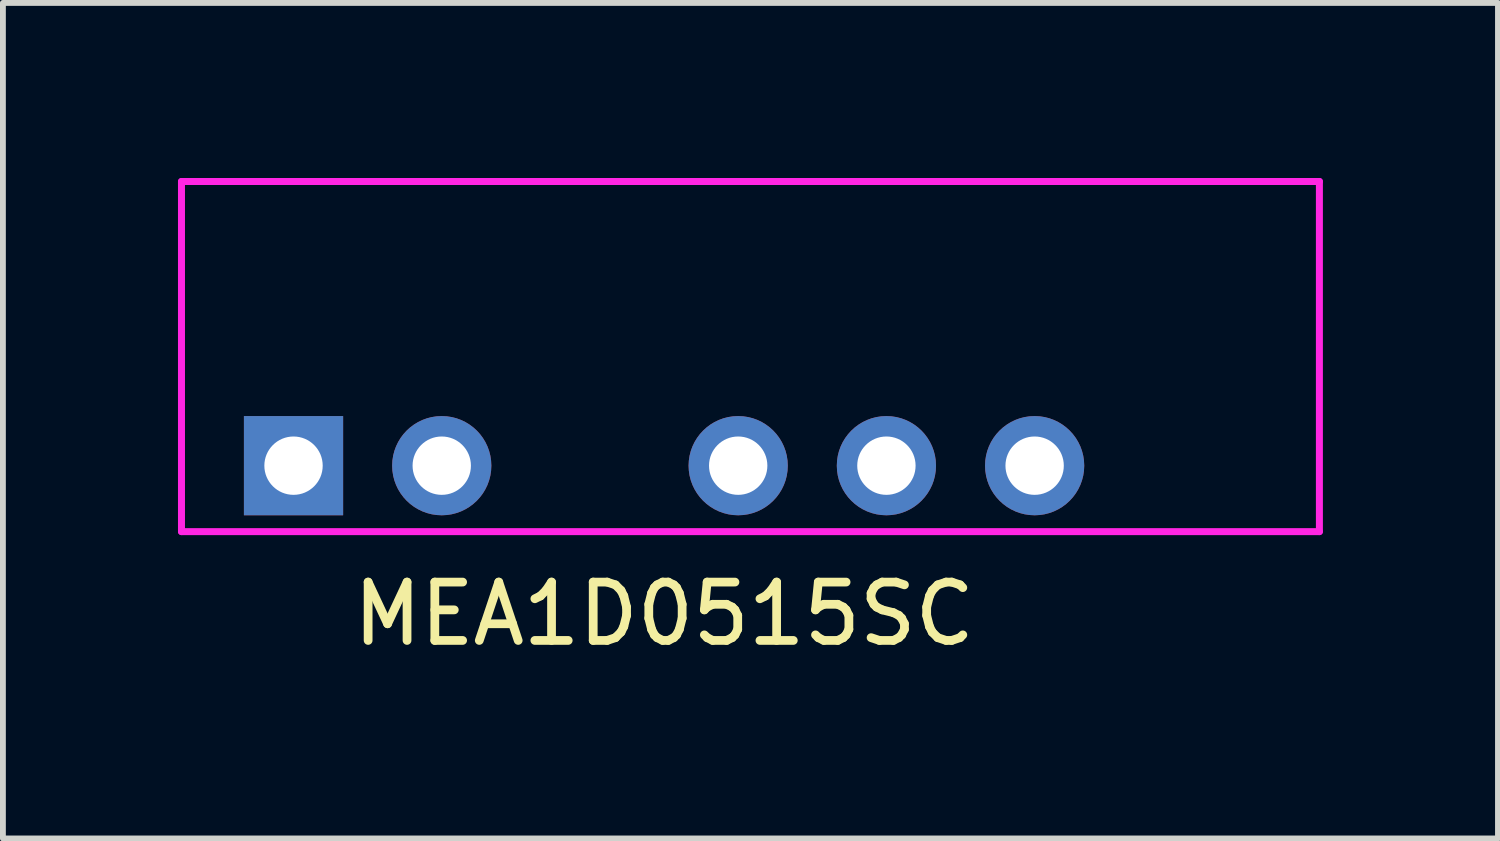
<source format=kicad_pcb>
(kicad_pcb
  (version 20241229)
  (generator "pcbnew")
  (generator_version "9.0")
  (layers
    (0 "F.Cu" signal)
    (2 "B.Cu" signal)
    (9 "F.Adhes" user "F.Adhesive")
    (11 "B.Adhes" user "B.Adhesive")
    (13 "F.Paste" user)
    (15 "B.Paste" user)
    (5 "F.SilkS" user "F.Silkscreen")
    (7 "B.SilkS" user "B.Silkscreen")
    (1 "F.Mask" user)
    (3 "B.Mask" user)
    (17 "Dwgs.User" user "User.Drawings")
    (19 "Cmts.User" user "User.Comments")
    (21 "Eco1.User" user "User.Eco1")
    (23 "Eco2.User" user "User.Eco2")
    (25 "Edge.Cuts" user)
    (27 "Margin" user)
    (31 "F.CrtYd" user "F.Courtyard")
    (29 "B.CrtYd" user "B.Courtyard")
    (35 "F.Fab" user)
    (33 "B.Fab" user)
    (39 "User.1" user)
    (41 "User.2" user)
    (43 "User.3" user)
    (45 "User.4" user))
  (footprint "MEA1D0515SC"
    (layer "F.Cu")
    (at 8.33 4.93)
    (property "Reference" "MEA1D0515SC" (at 0 2.54 0) (layer "F.SilkS") (effects (font (size 1 1) (thickness 0.15))))
    (attr through_hole)
    (fp_line (start -8.27 -4.87) (end -8.27 1.13) (stroke (width 0.12) (type solid)) (layer "F.CrtYd"))
    (fp_line (start -8.27 1.13) (end 11.23 1.13) (stroke (width 0.12) (type solid)) (layer "F.CrtYd"))
    (fp_line (start 11.23 -4.87) (end -8.27 -4.87) (stroke (width 0.12) (type solid)) (layer "F.CrtYd"))
    (fp_line (start 11.23 1.13) (end 11.23 -4.87) (stroke (width 0.12) (type solid)) (layer "F.CrtYd"))
    (pad "1" thru_hole rect (at -6.35 0) (size 1.7 1.7) (drill 1) (layers "*.Cu" "*.Mask"))
    (pad "2" thru_hole circle (at -3.81 0) (size 1.7 1.7) (drill 1) (layers "*.Cu" "*.Mask"))
    (pad "4" thru_hole circle (at 1.27 0) (size 1.7 1.7) (drill 1) (layers "*.Cu" "*.Mask"))
    (pad "5" thru_hole circle (at 3.81 0) (size 1.7 1.7) (drill 1) (layers "*.Cu" "*.Mask"))
    (pad "6" thru_hole circle (at 6.35 0) (size 1.7 1.7) (drill 1) (layers "*.Cu" "*.Mask")))
  (gr_rect
    (start -3 -3)
    (end 22.62 11.318)
    (stroke (width 0.1) (type default))
    (fill no)
    (layer "Edge.Cuts")))
</source>
